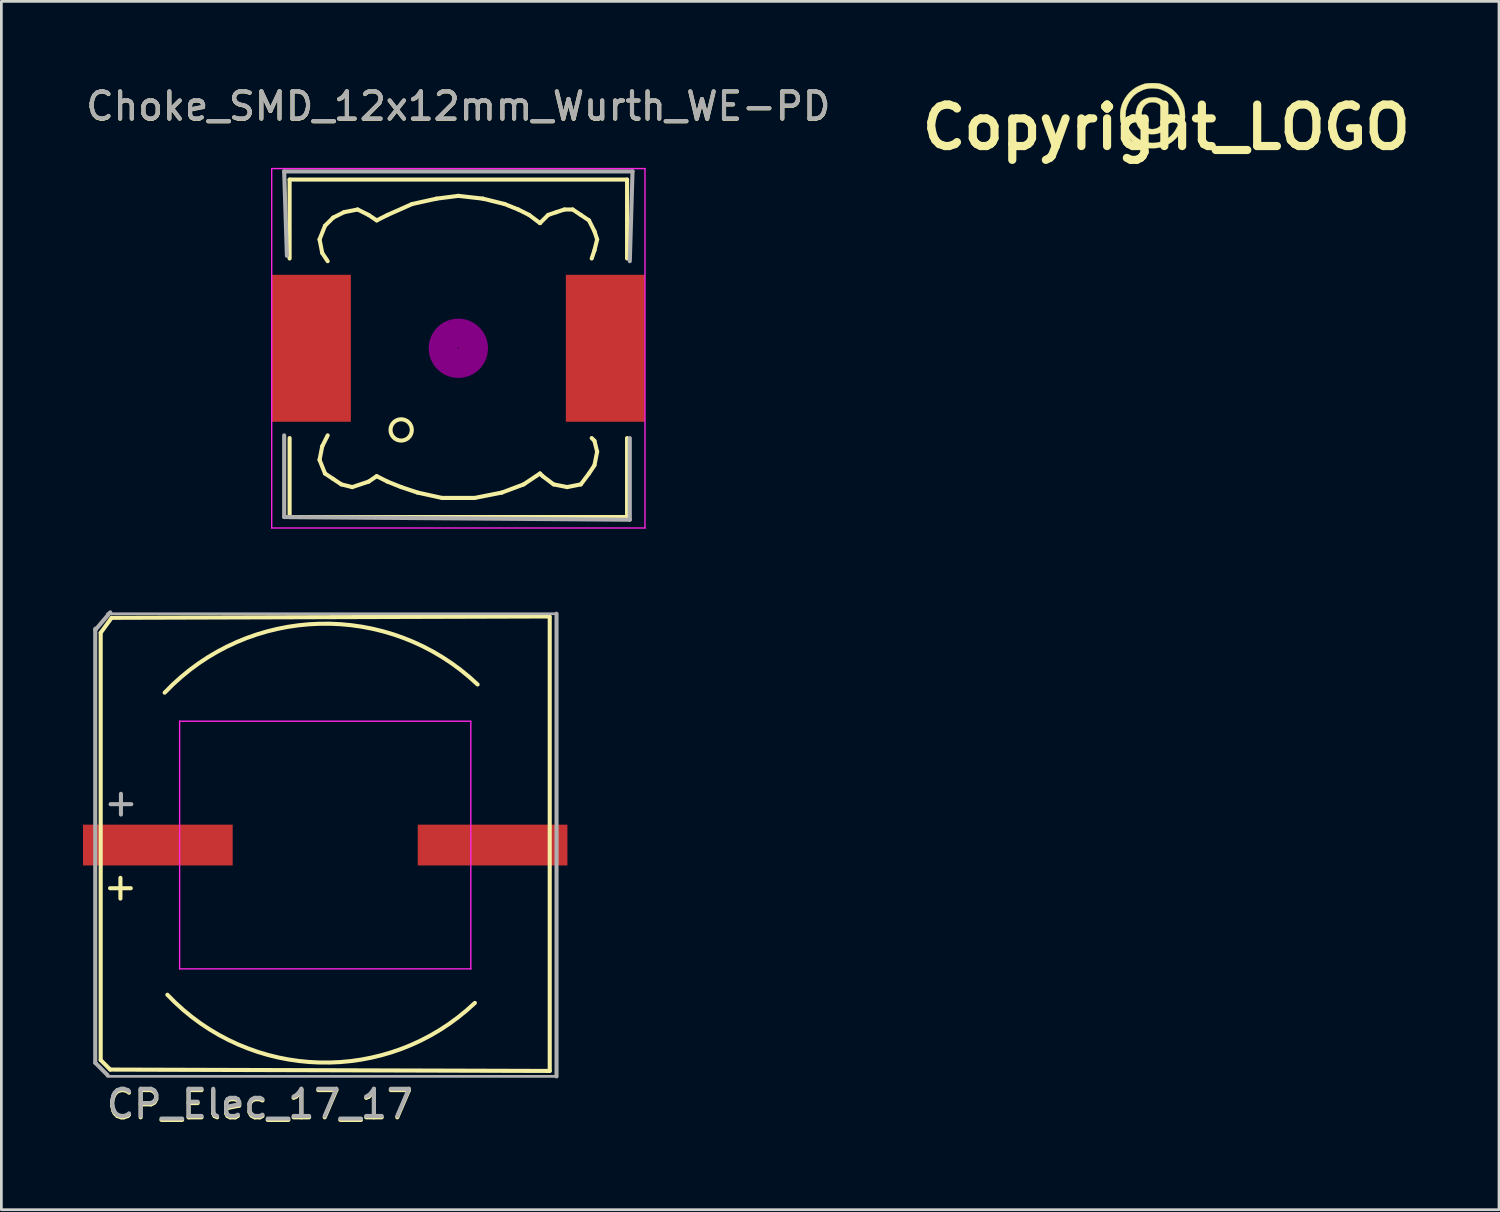
<source format=kicad_pcb>
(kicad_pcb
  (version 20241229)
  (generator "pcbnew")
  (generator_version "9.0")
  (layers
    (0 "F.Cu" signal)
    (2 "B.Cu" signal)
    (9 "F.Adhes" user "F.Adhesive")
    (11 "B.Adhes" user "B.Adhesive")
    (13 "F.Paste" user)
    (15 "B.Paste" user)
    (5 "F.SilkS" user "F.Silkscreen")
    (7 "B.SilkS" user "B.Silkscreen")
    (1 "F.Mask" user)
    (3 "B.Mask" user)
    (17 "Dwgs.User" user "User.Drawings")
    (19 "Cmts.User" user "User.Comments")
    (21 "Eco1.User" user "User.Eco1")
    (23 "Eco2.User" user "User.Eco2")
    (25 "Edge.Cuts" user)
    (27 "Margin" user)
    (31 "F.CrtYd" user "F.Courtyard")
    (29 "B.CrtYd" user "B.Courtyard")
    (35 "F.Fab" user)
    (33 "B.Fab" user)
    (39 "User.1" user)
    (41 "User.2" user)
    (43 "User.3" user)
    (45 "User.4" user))
  (footprint "Copyright_LOGO"
    (layer "F.Cu")
    (at 39.807 1.627)
    (property "Reference" "Copyright_LOGO" (at 0 0 0) (layer "F.SilkS") (effects (font (size 1.524 1.524) (thickness 0.3))))
    (attr through_hole)
    (fp_poly (pts (xy -0.393 -1.096) (xy -0.345 -1.089) (xy -0.256 -1.062) (xy -0.174 -1.021) (xy -0.101 -0.966) (xy -0.038 -0.898) (xy 0.012 -0.819) (xy 0.017 -0.811) (xy 0.032 -0.779) (xy 0.044 -0.754) (xy 0.05 -0.738) (xy 0.05 -0.734) (xy 0.041 -0.73) (xy 0.019 -0.724) (xy -0.011 -0.716) (xy -0.043 -0.707) (xy -0.075 -0.699) (xy -0.102 -0.692) (xy -0.119 -0.688) (xy -0.132 -0.688) (xy -0.143 -0.696) (xy -0.155 -0.713) (xy -0.164 -0.73) (xy -0.208 -0.795) (xy -0.263 -0.847) (xy -0.328 -0.886) (xy -0.402 -0.91) (xy -0.472 -0.92) (xy -0.536 -0.92) (xy -0.596 -0.913) (xy -0.648 -0.899) (xy -0.687 -0.879) (xy -0.704 -0.868) (xy -0.714 -0.864) (xy -0.715 -0.864) (xy -0.727 -0.857) (xy -0.747 -0.841) (xy -0.772 -0.818) (xy -0.797 -0.791) (xy -0.821 -0.764) (xy -0.84 -0.74) (xy -0.848 -0.726) (xy -0.87 -0.678) (xy -0.883 -0.644) (xy -0.886 -0.631) (xy -0.89 -0.613) (xy -0.896 -0.586) (xy -0.899 -0.572) (xy -0.905 -0.535) (xy -0.908 -0.487) (xy -0.909 -0.432) (xy -0.908 -0.374) (xy -0.905 -0.32) (xy -0.9 -0.273) (xy -0.895 -0.25) (xy -0.882 -0.196) (xy -0.868 -0.155) (xy -0.853 -0.12) (xy -0.834 -0.089) (xy -0.826 -0.078) (xy -0.776 -0.022) (xy -0.715 0.021) (xy -0.645 0.05) (xy -0.565 0.065) (xy -0.511 0.068) (xy -0.428 0.06) (xy -0.351 0.037) (xy -0.283 0.001) (xy -0.224 -0.048) (xy -0.176 -0.11) (xy -0.155 -0.148) (xy -0.142 -0.178) (xy -0.132 -0.202) (xy -0.127 -0.217) (xy -0.127 -0.218) (xy -0.123 -0.226) (xy -0.108 -0.228) (xy -0.082 -0.224) (xy -0.053 -0.217) (xy -0.028 -0.211) (xy -0.012 -0.208) (xy -0.008 -0.208) (xy -0.002 -0.207) (xy 0.016 -0.201) (xy 0.023 -0.198) (xy 0.044 -0.189) (xy 0.056 -0.185) (xy 0.057 -0.185) (xy 0.066 -0.185) (xy 0.068 -0.173) (xy 0.062 -0.147) (xy 0.059 -0.136) (xy 0.048 -0.106) (xy 0.034 -0.072) (xy 0.019 -0.039) (xy 0.005 -0.011) (xy -0.007 0.009) (xy -0.015 0.017) (xy -0.015 0.017) (xy -0.023 0.023) (xy -0.036 0.04) (xy -0.042 0.049) (xy -0.062 0.074) (xy -0.084 0.098) (xy -0.089 0.102) (xy -0.111 0.121) (xy -0.133 0.141) (xy -0.134 0.142) (xy -0.153 0.156) (xy -0.17 0.165) (xy -0.183 0.173) (xy -0.186 0.178) (xy -0.194 0.184) (xy -0.214 0.194) (xy -0.244 0.206) (xy -0.279 0.219) (xy -0.316 0.231) (xy -0.352 0.24) (xy -0.356 0.241) (xy -0.388 0.246) (xy -0.432 0.25) (xy -0.482 0.252) (xy -0.533 0.253) (xy -0.579 0.252) (xy -0.615 0.249) (xy -0.618 0.248) (xy -0.661 0.24) (xy -0.709 0.226) (xy -0.757 0.21) (xy -0.799 0.192) (xy -0.821 0.181) (xy -0.898 0.127) (xy -0.968 0.06) (xy -1.005 0.014) (xy -1.025 -0.013) (xy -1.041 -0.036) (xy -1.049 -0.05) (xy -1.05 -0.052) (xy -1.053 -0.063) (xy -1.062 -0.084) (xy -1.074 -0.109) (xy -1.086 -0.135) (xy -1.094 -0.155) (xy -1.096 -0.163) (xy -1.096 -0.172) (xy -1.101 -0.192) (xy -1.106 -0.212) (xy -1.113 -0.25) (xy -1.119 -0.301) (xy -1.123 -0.36) (xy -1.124 -0.422) (xy -1.124 -0.484) (xy -1.121 -0.54) (xy -1.116 -0.586) (xy -1.114 -0.594) (xy -1.106 -0.632) (xy -1.097 -0.668) (xy -1.089 -0.694) (xy -1.087 -0.699) (xy -1.078 -0.724) (xy -1.071 -0.744) (xy -1.071 -0.747) (xy -1.061 -0.774) (xy -1.042 -0.809) (xy -1.016 -0.848) (xy -0.987 -0.888) (xy -0.955 -0.924) (xy -0.949 -0.931) (xy -0.885 -0.986) (xy -0.809 -1.031) (xy -0.719 -1.068) (xy -0.699 -1.075) (xy -0.649 -1.087) (xy -0.589 -1.095) (xy -0.523 -1.099) (xy -0.456 -1.1) (xy -0.393 -1.096)) (stroke (width 0.01) (type solid)) (fill yes) (layer "F.SilkS"))
    (fp_poly (pts (xy -0.454 -1.622) (xy -0.38 -1.619) (xy -0.314 -1.615) (xy -0.258 -1.607) (xy -0.239 -1.604) (xy -0.206 -1.595) (xy -0.163 -1.581) (xy -0.113 -1.563) (xy -0.061 -1.542) (xy -0.013 -1.522) (xy 0.022 -1.505) (xy 0.063 -1.485) (xy 0.105 -1.462) (xy 0.145 -1.439) (xy 0.18 -1.418) (xy 0.206 -1.401) (xy 0.217 -1.393) (xy 0.228 -1.383) (xy 0.248 -1.366) (xy 0.266 -1.35) (xy 0.357 -1.264) (xy 0.44 -1.164) (xy 0.513 -1.055) (xy 0.567 -0.953) (xy 0.615 -0.842) (xy 0.649 -0.738) (xy 0.672 -0.636) (xy 0.683 -0.532) (xy 0.685 -0.481) (xy 0.686 -0.441) (xy 0.688 -0.406) (xy 0.689 -0.381) (xy 0.691 -0.369) (xy 0.691 -0.356) (xy 0.688 -0.353) (xy 0.685 -0.343) (xy 0.683 -0.321) (xy 0.683 -0.308) (xy 0.682 -0.281) (xy 0.678 -0.262) (xy 0.676 -0.256) (xy 0.671 -0.244) (xy 0.672 -0.239) (xy 0.673 -0.226) (xy 0.669 -0.2) (xy 0.661 -0.164) (xy 0.65 -0.122) (xy 0.636 -0.077) (xy 0.624 -0.042) (xy 0.584 0.056) (xy 0.535 0.156) (xy 0.481 0.25) (xy 0.469 0.27) (xy 0.427 0.326) (xy 0.375 0.386) (xy 0.315 0.445) (xy 0.253 0.501) (xy 0.191 0.548) (xy 0.169 0.563) (xy 0.112 0.598) (xy 0.045 0.633) (xy -0.024 0.667) (xy -0.091 0.696) (xy -0.15 0.717) (xy -0.152 0.718) (xy -0.258 0.745) (xy -0.373 0.763) (xy -0.492 0.77) (xy -0.609 0.766) (xy -0.707 0.754) (xy -0.798 0.733) (xy -0.897 0.701) (xy -1.001 0.66) (xy -1.043 0.641) (xy -1.133 0.594) (xy -1.213 0.542) (xy -1.287 0.481) (xy -1.313 0.458) (xy -1.334 0.439) (xy -1.347 0.427) (xy -1.349 0.425) (xy -1.391 0.383) (xy -1.436 0.328) (xy -1.481 0.265) (xy -1.525 0.198) (xy -1.563 0.131) (xy -1.581 0.094) (xy -1.605 0.041) (xy -1.624 -0.004) (xy -1.639 -0.047) (xy -1.651 -0.092) (xy -1.664 -0.145) (xy -1.673 -0.188) (xy -1.683 -0.239) (xy -1.689 -0.283) (xy -1.693 -0.326) (xy -1.695 -0.367) (xy -1.497 -0.367) (xy -1.496 -0.332) (xy -1.492 -0.297) (xy -1.485 -0.258) (xy -1.478 -0.224) (xy -1.468 -0.171) (xy -1.458 -0.13) (xy -1.449 -0.097) (xy -1.438 -0.067) (xy -1.423 -0.035) (xy -1.404 0.004) (xy -1.398 0.015) (xy -1.358 0.09) (xy -1.318 0.154) (xy -1.275 0.211) (xy -1.226 0.265) (xy -1.203 0.289) (xy -1.106 0.372) (xy -0.999 0.443) (xy -0.882 0.5) (xy -0.757 0.543) (xy -0.69 0.559) (xy -0.626 0.569) (xy -0.552 0.574) (xy -0.474 0.575) (xy -0.397 0.57) (xy -0.329 0.561) (xy -0.322 0.559) (xy -0.272 0.548) (xy -0.229 0.537) (xy -0.189 0.525) (xy -0.149 0.509) (xy -0.106 0.49) (xy -0.057 0.465) (xy 0.001 0.433) (xy 0.047 0.407) (xy 0.116 0.36) (xy 0.184 0.298) (xy 0.25 0.225) (xy 0.311 0.143) (xy 0.365 0.054) (xy 0.411 -0.038) (xy 0.443 -0.123) (xy 0.463 -0.192) (xy 0.477 -0.253) (xy 0.485 -0.313) (xy 0.488 -0.377) (xy 0.488 -0.452) (xy 0.487 -0.455) (xy 0.485 -0.504) (xy 0.482 -0.551) (xy 0.478 -0.592) (xy 0.475 -0.621) (xy 0.474 -0.627) (xy 0.448 -0.721) (xy 0.411 -0.818) (xy 0.365 -0.914) (xy 0.311 -1.005) (xy 0.251 -1.087) (xy 0.198 -1.146) (xy 0.139 -1.198) (xy 0.067 -1.251) (xy -0.011 -1.3) (xy -0.093 -1.343) (xy -0.173 -1.378) (xy -0.237 -1.4) (xy -0.295 -1.413) (xy -0.363 -1.422) (xy -0.437 -1.429) (xy -0.512 -1.431) (xy -0.582 -1.43) (xy -0.641 -1.425) (xy -0.652 -1.423) (xy -0.685 -1.418) (xy -0.716 -1.413) (xy -0.728 -1.411) (xy -0.767 -1.403) (xy -0.816 -1.387) (xy -0.873 -1.364) (xy -0.933 -1.336) (xy -0.994 -1.305) (xy -1.052 -1.272) (xy -1.074 -1.258) (xy -1.159 -1.195) (xy -1.237 -1.117) (xy -1.308 -1.028) (xy -1.371 -0.929) (xy -1.422 -0.824) (xy -1.461 -0.715) (xy -1.473 -0.669) (xy -1.48 -0.641) (xy -1.485 -0.617) (xy -1.488 -0.593) (xy -1.491 -0.567) (xy -1.493 -0.533) (xy -1.495 -0.487) (xy -1.496 -0.461) (xy -1.497 -0.409) (xy -1.497 -0.367) (xy -1.695 -0.367) (xy -1.695 -0.374) (xy -1.696 -0.432) (xy -1.694 -0.515) (xy -1.689 -0.584) (xy -1.682 -0.631) (xy -1.675 -0.666) (xy -1.669 -0.697) (xy -1.665 -0.718) (xy -1.665 -0.721) (xy -1.658 -0.746) (xy -1.651 -0.761) (xy -1.646 -0.775) (xy -1.646 -0.779) (xy -1.646 -0.786) (xy -1.641 -0.805) (xy -1.632 -0.833) (xy -1.619 -0.865) (xy -1.606 -0.899) (xy -1.592 -0.931) (xy -1.584 -0.948) (xy -1.514 -1.072) (xy -1.437 -1.182) (xy -1.351 -1.28) (xy -1.253 -1.367) (xy -1.142 -1.447) (xy -1.13 -1.454) (xy -1.08 -1.483) (xy -1.019 -1.513) (xy -0.953 -1.542) (xy -0.886 -1.568) (xy -0.824 -1.59) (xy -0.784 -1.601) (xy -0.736 -1.609) (xy -0.675 -1.616) (xy -0.605 -1.62) (xy -0.53 -1.622) (xy -0.454 -1.622)) (stroke (width 0.01) (type solid)) (fill yes) (layer "F.SilkS")))
  (footprint "CP_Elec_17_17"
    (layer "F.Cu")
    (at 8.9 28.002)
    (property "Reference" "CP_Elec_17_17" (at -2.4 9.55 0) (layer "F.SilkS") (effects (font (size 1 1) (thickness 0.15))))
    (attr smd)
    (fp_line (start -8.25 -7.8) (end -7.85 -8.35) (stroke (width 0.15) (type solid)) (layer "F.SilkS"))
    (fp_line (start -8.25 7.9) (end -8.25 -7.8) (stroke (width 0.15) (type solid)) (layer "F.SilkS"))
    (fp_line (start -7.9 8.25) (end -8.25 7.9) (stroke (width 0.15) (type solid)) (layer "F.SilkS"))
    (fp_line (start -7.85 -8.35) (end 8.25 -8.4) (stroke (width 0.15) (type solid)) (layer "F.SilkS"))
    (fp_line (start 8.25 -8.35) (end 8.25 8.3) (stroke (width 0.15) (type solid)) (layer "F.SilkS"))
    (fp_line (start 8.25 8.3) (end -7.9 8.25) (stroke (width 0.15) (type solid)) (layer "F.SilkS"))
    (fp_arc (start -5.9 -5.6) (mid -0.212132 -8.131728) (end 5.6 -5.9) (stroke (width 0.15) (type solid)) (layer "F.SilkS"))
    (fp_arc (start 5.5 5.8) (mid -0.212132 7.990307) (end -5.8 5.5) (stroke (width 0.15) (type solid)) (layer "F.SilkS"))
    (fp_line (start -5.35 -4.55) (end -5.35 4.55) (stroke (width 0.05) (type solid)) (layer "F.CrtYd"))
    (fp_line (start -5.35 4.55) (end 5.35 4.55) (stroke (width 0.05) (type solid)) (layer "F.CrtYd"))
    (fp_line (start 5.35 -4.55) (end -5.35 -4.55) (stroke (width 0.05) (type solid)) (layer "F.CrtYd"))
    (fp_line (start 5.35 4.55) (end 5.35 -4.55) (stroke (width 0.05) (type solid)) (layer "F.CrtYd"))
    (fp_line (start -8.45 -7.95) (end -8.45 8) (stroke (width 0.15) (type solid)) (layer "F.Fab"))
    (fp_line (start -8.45 -7.9) (end -7.9 -8.55) (stroke (width 0.15) (type solid)) (layer "F.Fab"))
    (fp_line (start -8.45 8) (end -8 8.45) (stroke (width 0.15) (type solid)) (layer "F.Fab"))
    (fp_line (start -8.441 -3.416) (end -8.441 3.315) (stroke (width 0.1) (type solid)) (layer "F.Fab"))
    (fp_line (start -8 8.5) (end 8.5 8.5) (stroke (width 0.1) (type solid)) (layer "F.Fab"))
    (fp_line (start 8.5 -8.5) (end -8 -8.5) (stroke (width 0.1) (type solid)) (layer "F.Fab"))
    (fp_line (start 8.5 -8.5) (end 8.5 8.5) (stroke (width 0.15) (type solid)) (layer "F.Fab"))
    (fp_text user "+" (at -7.525 1.512 0) (layer "F.SilkS") (effects (font (size 1 1) (thickness 0.15))))
    (fp_text user "${REFERENCE}" (at -2.4 9.5 0) (layer "F.Fab") (effects (font (size 1 1) (thickness 0.15))))
    (fp_text user "+" (at -7.506 -1.576 0) (layer "F.Fab") (effects (font (size 1 1) (thickness 0.15))))
    (pad "1" smd rect (at -6.15 0 180) (size 5.5 1.5) (layers "F.Cu" "F.Mask" "F.Paste"))
    (pad "2" smd rect (at 6.15 0 180) (size 5.5 1.5) (layers "F.Cu" "F.Mask" "F.Paste")))
  (footprint "Choke_SMD_12x12mm_Wurth_WE-PD"
    (layer "F.Cu")
    (at 13.792 9.748)
    (property "Reference" "Choke_SMD_12x12mm_Wurth_WE-PD" (at 0 -8.89 0) (layer "F.SilkS") (effects (font (size 1 1) (thickness 0.15))))
    (attr smd)
    (fp_line (start -6.2 -6.2) (end -6.2 -3.299) (stroke (width 0.15) (type solid)) (layer "F.SilkS"))
    (fp_line (start -6.2 3.299) (end -6.2 6.2) (stroke (width 0.15) (type solid)) (layer "F.SilkS"))
    (fp_line (start -6.2 6.2) (end 6.2 6.2) (stroke (width 0.15) (type solid)) (layer "F.SilkS"))
    (fp_line (start -5.1 -4) (end -5.001 -3.5) (stroke (width 0.15) (type solid)) (layer "F.SilkS"))
    (fp_line (start -5.1 4.1) (end -5.001 3.599) (stroke (width 0.15) (type solid)) (layer "F.SilkS"))
    (fp_line (start -5.001 -3.5) (end -4.801 -3.2) (stroke (width 0.15) (type solid)) (layer "F.SilkS"))
    (fp_line (start -5.001 3.599) (end -4.801 3.2) (stroke (width 0.15) (type solid)) (layer "F.SilkS"))
    (fp_line (start -4.9 -4.501) (end -5.1 -4) (stroke (width 0.15) (type solid)) (layer "F.SilkS"))
    (fp_line (start -4.9 4.6) (end -5.1 4.1) (stroke (width 0.15) (type solid)) (layer "F.SilkS"))
    (fp_line (start -4.6 -4.801) (end -4.9 -4.501) (stroke (width 0.15) (type solid)) (layer "F.SilkS"))
    (fp_line (start -4.6 4.801) (end -4.9 4.6) (stroke (width 0.15) (type solid)) (layer "F.SilkS"))
    (fp_line (start -4.3 5.001) (end -4.6 4.801) (stroke (width 0.15) (type solid)) (layer "F.SilkS"))
    (fp_line (start -4.201 -5.001) (end -4.6 -4.801) (stroke (width 0.15) (type solid)) (layer "F.SilkS"))
    (fp_line (start -3.899 5.1) (end -4.3 5.001) (stroke (width 0.15) (type solid)) (layer "F.SilkS"))
    (fp_line (start -3.701 -5.1) (end -4.201 -5.001) (stroke (width 0.15) (type solid)) (layer "F.SilkS"))
    (fp_line (start -3.299 -4.9) (end -3.701 -5.1) (stroke (width 0.15) (type solid)) (layer "F.SilkS"))
    (fp_line (start -3.299 4.9) (end -3.899 5.1) (stroke (width 0.15) (type solid)) (layer "F.SilkS"))
    (fp_line (start -3 -4.699) (end -3.299 -4.9) (stroke (width 0.15) (type solid)) (layer "F.SilkS"))
    (fp_line (start -3 4.699) (end -3.299 4.9) (stroke (width 0.15) (type solid)) (layer "F.SilkS"))
    (fp_line (start -2.601 -4.9) (end -3 -4.699) (stroke (width 0.15) (type solid)) (layer "F.SilkS"))
    (fp_line (start -2.601 4.9) (end -3 4.699) (stroke (width 0.15) (type solid)) (layer "F.SilkS"))
    (fp_line (start -2.101 5.1) (end -2.601 4.9) (stroke (width 0.15) (type solid)) (layer "F.SilkS"))
    (fp_line (start -1.699 -5.301) (end -2.601 -4.9) (stroke (width 0.15) (type solid)) (layer "F.SilkS"))
    (fp_line (start -1.501 5.301) (end -2.101 5.1) (stroke (width 0.15) (type solid)) (layer "F.SilkS"))
    (fp_line (start -0.8 -5.499) (end -1.699 -5.301) (stroke (width 0.15) (type solid)) (layer "F.SilkS"))
    (fp_line (start -0.599 5.499) (end -1.501 5.301) (stroke (width 0.15) (type solid)) (layer "F.SilkS"))
    (fp_line (start 0 -5.601) (end -0.8 -5.499) (stroke (width 0.15) (type solid)) (layer "F.SilkS"))
    (fp_line (start 0.599 5.499) (end -0.599 5.499) (stroke (width 0.15) (type solid)) (layer "F.SilkS"))
    (fp_line (start 0.899 -5.499) (end 0 -5.601) (stroke (width 0.15) (type solid)) (layer "F.SilkS"))
    (fp_line (start 1.6 5.301) (end 0.599 5.499) (stroke (width 0.15) (type solid)) (layer "F.SilkS"))
    (fp_line (start 1.699 -5.301) (end 0.899 -5.499) (stroke (width 0.15) (type solid)) (layer "F.SilkS"))
    (fp_line (start 2.2 -5.1) (end 1.699 -5.301) (stroke (width 0.15) (type solid)) (layer "F.SilkS"))
    (fp_line (start 2.4 5.001) (end 1.6 5.301) (stroke (width 0.15) (type solid)) (layer "F.SilkS"))
    (fp_line (start 2.601 -4.9) (end 2.2 -5.1) (stroke (width 0.15) (type solid)) (layer "F.SilkS"))
    (fp_line (start 3 -4.6) (end 2.601 -4.9) (stroke (width 0.15) (type solid)) (layer "F.SilkS"))
    (fp_line (start 3 4.6) (end 2.4 5.001) (stroke (width 0.15) (type solid)) (layer "F.SilkS"))
    (fp_line (start 3.099 4.699) (end 3 4.6) (stroke (width 0.15) (type solid)) (layer "F.SilkS"))
    (fp_line (start 3.299 -4.9) (end 3 -4.6) (stroke (width 0.15) (type solid)) (layer "F.SilkS"))
    (fp_line (start 3.5 5.001) (end 3.099 4.699) (stroke (width 0.15) (type solid)) (layer "F.SilkS"))
    (fp_line (start 3.599 -5.001) (end 3.299 -4.9) (stroke (width 0.15) (type solid)) (layer "F.SilkS"))
    (fp_line (start 3.899 -5.1) (end 3.599 -5.001) (stroke (width 0.15) (type solid)) (layer "F.SilkS"))
    (fp_line (start 4 5.1) (end 3.5 5.001) (stroke (width 0.15) (type solid)) (layer "F.SilkS"))
    (fp_line (start 4.201 -5.1) (end 3.899 -5.1) (stroke (width 0.15) (type solid)) (layer "F.SilkS"))
    (fp_line (start 4.501 -4.9) (end 4.201 -5.1) (stroke (width 0.15) (type solid)) (layer "F.SilkS"))
    (fp_line (start 4.501 5.001) (end 4 5.1) (stroke (width 0.15) (type solid)) (layer "F.SilkS"))
    (fp_line (start 4.801 -4.699) (end 4.501 -4.9) (stroke (width 0.15) (type solid)) (layer "F.SilkS"))
    (fp_line (start 4.801 4.6) (end 4.501 5.001) (stroke (width 0.15) (type solid)) (layer "F.SilkS"))
    (fp_line (start 4.9 -3.299) (end 5.001 -3.599) (stroke (width 0.15) (type solid)) (layer "F.SilkS"))
    (fp_line (start 4.9 3.299) (end 5.001 3.401) (stroke (width 0.15) (type solid)) (layer "F.SilkS"))
    (fp_line (start 5.001 -4.3) (end 4.801 -4.699) (stroke (width 0.15) (type solid)) (layer "F.SilkS"))
    (fp_line (start 5.001 -3.599) (end 5.1 -4) (stroke (width 0.15) (type solid)) (layer "F.SilkS"))
    (fp_line (start 5.001 3.401) (end 5.1 3.8) (stroke (width 0.15) (type solid)) (layer "F.SilkS"))
    (fp_line (start 5.001 4.3) (end 4.801 4.6) (stroke (width 0.15) (type solid)) (layer "F.SilkS"))
    (fp_line (start 5.1 -4) (end 5.001 -4.3) (stroke (width 0.15) (type solid)) (layer "F.SilkS"))
    (fp_line (start 5.1 3.8) (end 5.001 4.3) (stroke (width 0.15) (type solid)) (layer "F.SilkS"))
    (fp_line (start 6.2 -6.2) (end -6.2 -6.2) (stroke (width 0.15) (type solid)) (layer "F.SilkS"))
    (fp_line (start 6.2 -6.2) (end 6.2 -3.299) (stroke (width 0.15) (type solid)) (layer "F.SilkS"))
    (fp_line (start 6.2 6.2) (end 6.2 3.299) (stroke (width 0.15) (type solid)) (layer "F.SilkS"))
    (fp_circle (center -2.101 3) (end -1.801 3.251) (stroke (width 0.15) (type solid)) (fill no) (layer "F.SilkS"))
    (fp_circle (center 0 0) (end 0.15 0.15) (stroke (width 0.381) (type solid)) (fill no) (layer "F.Adhes"))
    (fp_circle (center 0 0) (end 0.551 0) (stroke (width 0.381) (type solid)) (fill no) (layer "F.Adhes"))
    (fp_circle (center 0 0) (end 0.899 0) (stroke (width 0.381) (type solid)) (fill no) (layer "F.Adhes"))
    (fp_line (start -6.858 -6.604) (end 6.858 -6.604) (stroke (width 0.05) (type solid)) (layer "F.CrtYd"))
    (fp_line (start -6.858 6.604) (end -6.858 -6.604) (stroke (width 0.05) (type solid)) (layer "F.CrtYd"))
    (fp_line (start 6.858 -6.604) (end 6.858 6.604) (stroke (width 0.05) (type solid)) (layer "F.CrtYd"))
    (fp_line (start 6.858 6.604) (end -6.858 6.604) (stroke (width 0.05) (type solid)) (layer "F.CrtYd"))
    (fp_line (start -6.4 -6.5) (end 6.4 -6.5) (stroke (width 0.15) (type solid)) (layer "F.Fab"))
    (fp_line (start -6.4 6.2) (end -6.4 3.2) (stroke (width 0.15) (type solid)) (layer "F.Fab"))
    (fp_line (start -6.3 -3.4) (end -6.4 -6.5) (stroke (width 0.15) (type solid)) (layer "F.Fab"))
    (fp_line (start 6.3 3.3) (end 6.3 6.3) (stroke (width 0.15) (type solid)) (layer "F.Fab"))
    (fp_line (start 6.3 6.3) (end -6.4 6.2) (stroke (width 0.15) (type solid)) (layer "F.Fab"))
    (fp_line (start 6.4 -6.5) (end 6.3 -3.2) (stroke (width 0.15) (type solid)) (layer "F.Fab"))
    (fp_text user "${REFERENCE}" (at 0 -8.9 0) (layer "F.Fab") (effects (font (size 1 1) (thickness 0.15))))
    (pad "1" smd rect (at -5.4 0) (size 2.9 5.4) (layers "F.Cu" "F.Mask" "F.Paste"))
    (pad "2" smd rect (at 5.4 0) (size 2.9 5.4) (layers "F.Cu" "F.Mask" "F.Paste")))
  (gr_rect
    (start -3 -3)
    (end 52.031 41.401)
    (stroke (width 0.1) (type default))
    (fill no)
    (layer "Edge.Cuts")))
</source>
